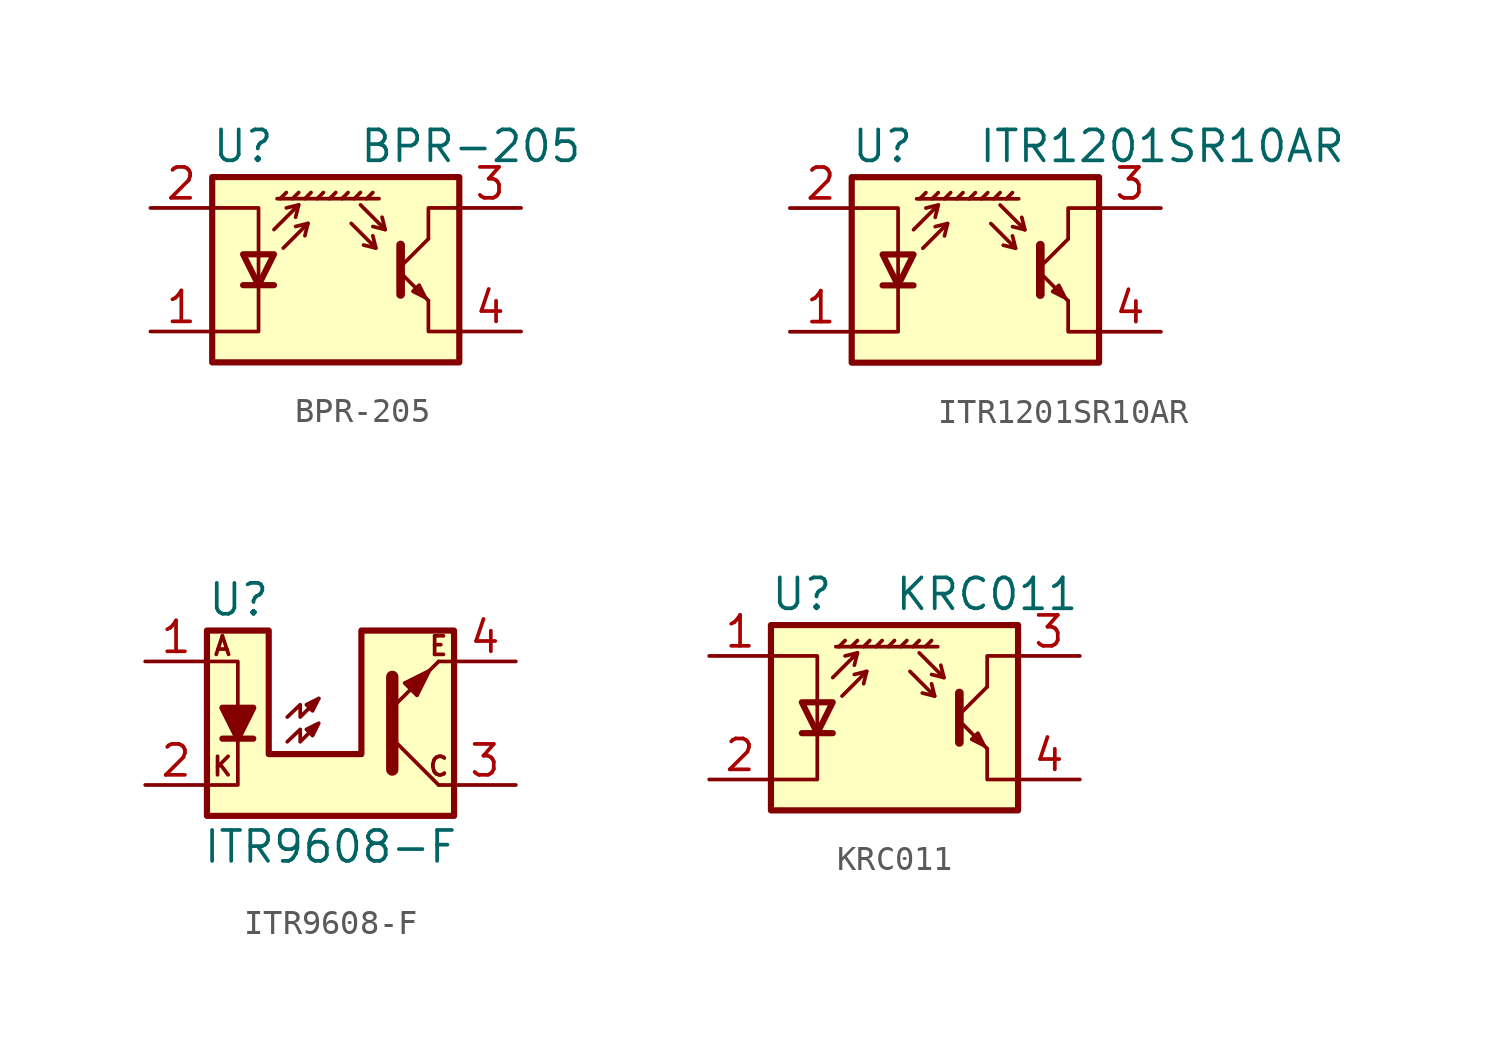
<source format=kicad_sym>
(kicad_symbol_lib
  (version 20211014)
  (generator kicad_symbol_editor)
  (symbol "BPR-205"
    (pin_names
      (offset 1.016) hide)
    (property "Reference" "U"
      (at -3.81 5.08 0)
      (effects (font (size 1.27 1.27))))
    (property "Value" "BPR-205"
      (at 10.16 5.08 0)
      (effects (font (size 1.27 1.27)) (justify right)))
    (symbol "BPR-205_0_1"
      (polyline (pts (xy -3.81 -0.635) (xy -2.54 -0.635)) (stroke (width 0.254) (type default) (color 0 0 0 0)) (fill (type none)))
      (polyline (pts (xy -2.286 2.921) (xy -2.032 3.175)) (stroke (width 0) (type default) (color 0 0 0 0)) (fill (type none)))
      (polyline (pts (xy -1.778 2.921) (xy -1.524 3.175)) (stroke (width 0) (type default) (color 0 0 0 0)) (fill (type none)))
      (polyline (pts (xy -1.524 2.667) (xy -1.651 2.159)) (stroke (width 0) (type default) (color 0 0 0 0)) (fill (type none)))
      (polyline (pts (xy -1.27 2.921) (xy -1.016 3.175)) (stroke (width 0) (type default) (color 0 0 0 0)) (fill (type none)))
      (polyline (pts (xy -1.143 1.905) (xy -1.27 1.397)) (stroke (width 0) (type default) (color 0 0 0 0)) (fill (type none)))
      (polyline (pts (xy -0.762 2.921) (xy -0.508 3.175)) (stroke (width 0) (type default) (color 0 0 0 0)) (fill (type none)))
      (polyline (pts (xy -0.254 2.921) (xy 0 3.175)) (stroke (width 0) (type default) (color 0 0 0 0)) (fill (type none)))
      (polyline (pts (xy 0.254 2.921) (xy 0.508 3.175)) (stroke (width 0) (type default) (color 0 0 0 0)) (fill (type none)))
      (polyline (pts (xy 0.762 2.921) (xy 1.016 3.175)) (stroke (width 0) (type default) (color 0 0 0 0)) (fill (type none)))
      (polyline (pts (xy 1.27 2.921) (xy 1.524 3.175)) (stroke (width 0) (type default) (color 0 0 0 0)) (fill (type none)))
      (polyline (pts (xy 1.651 0.889) (xy 1.143 1.016)) (stroke (width 0) (type default) (color 0 0 0 0)) (fill (type none)))
      (polyline (pts (xy 1.778 2.921) (xy -2.413 2.921)) (stroke (width 0) (type default) (color 0 0 0 0)) (fill (type none)))
      (polyline (pts (xy 2.032 1.651) (xy 1.524 1.778)) (stroke (width 0) (type default) (color 0 0 0 0)) (fill (type none)))
      (polyline (pts (xy 2.667 -0.127) (xy 3.81 -1.27)) (stroke (width 0) (type default) (color 0 0 0 0)) (fill (type none)))
      (polyline (pts (xy 2.667 0.127) (xy 3.81 1.27)) (stroke (width 0) (type default) (color 0 0 0 0)) (fill (type none)))
      (polyline (pts (xy -2.54 1.651) (xy -1.524 2.667) (xy -2.032 2.54)) (stroke (width 0) (type default) (color 0 0 0 0)) (fill (type none)))
      (polyline (pts (xy -2.159 0.889) (xy -1.143 1.905) (xy -1.651 1.778)) (stroke (width 0) (type default) (color 0 0 0 0)) (fill (type none)))
      (polyline (pts (xy 0.635 1.905) (xy 1.651 0.889) (xy 1.524 1.397)) (stroke (width 0) (type default) (color 0 0 0 0)) (fill (type none)))
      (polyline (pts (xy 1.016 2.667) (xy 2.032 1.651) (xy 1.905 2.159)) (stroke (width 0) (type default) (color 0 0 0 0)) (fill (type none)))
      (polyline (pts (xy 2.667 1.016) (xy 2.667 -1.016) (xy 2.667 -1.016)) (stroke (width 0.356) (type default) (color 0 0 0 0)) (fill (type none)))
      (polyline (pts (xy 3.81 -1.27) (xy 3.81 -2.54) (xy 5.08 -2.54)) (stroke (width 0) (type default) (color 0 0 0 0)) (fill (type none)))
      (polyline (pts (xy 3.81 1.27) (xy 3.81 2.54) (xy 5.08 2.54)) (stroke (width 0) (type default) (color 0 0 0 0)) (fill (type none)))
      (polyline (pts (xy -5.08 -2.54) (xy -3.175 -2.54) (xy -3.175 2.54) (xy -5.08 2.54)) (stroke (width 0) (type default) (color 0 0 0 0)) (fill (type none)))
      (polyline (pts (xy -3.175 -0.635) (xy -3.81 0.635) (xy -2.54 0.635) (xy -3.175 -0.635)) (stroke (width 0.254) (type default) (color 0 0 0 0)) (fill (type none)))
      (polyline (pts (xy 3.683 -1.143) (xy 3.429 -0.635) (xy 3.175 -0.889) (xy 3.683 -1.143)) (stroke (width 0) (type default) (color 0 0 0 0)) (fill (type none)))
      (polyline (pts (xy -5.08 -3.81) (xy 5.08 -3.81) (xy 5.08 3.81) (xy -5.08 3.81) (xy -5.08 -3.81)) (stroke (width 0.254) (type default) (color 0 0 0 0)) (fill (type background))))
    (symbol "BPR-205_1_1"
      (pin passive line (at -7.62 -2.54 0) (length 2.54) (name "K" (effects (font (size 1.27 1.27)))) (number "1" (effects (font (size 1.27 1.27)))))
      (pin passive line (at -7.62 2.54 0) (length 2.54) (name "A" (effects (font (size 1.27 1.27)))) (number "2" (effects (font (size 1.27 1.27)))))
      (pin open_collector line (at 7.62 2.54 180) (length 2.54) (name "C" (effects (font (size 1.27 1.27)))) (number "3" (effects (font (size 1.27 1.27)))))
      (pin open_emitter line (at 7.62 -2.54 180) (length 2.54) (name "E" (effects (font (size 1.27 1.27)))) (number "4" (effects (font (size 1.27 1.27)))))))
  (symbol "ITR1201SR10AR"
    (pin_names
      (offset 0.025) hide)
    (property "Reference" "U"
      (at -3.81 5.08 0)
      (effects (font (size 1.27 1.27))))
    (property "Value" "ITR1201SR10AR"
      (at 15.24 5.08 0)
      (effects (font (size 1.27 1.27)) (justify right)))
    (symbol "ITR1201SR10AR_0_1"
      (polyline (pts (xy -3.81 -0.635) (xy -2.54 -0.635)) (stroke (width 0.254) (type default) (color 0 0 0 0)) (fill (type none)))
      (polyline (pts (xy -2.286 2.921) (xy -2.032 3.175)) (stroke (width 0) (type default) (color 0 0 0 0)) (fill (type none)))
      (polyline (pts (xy -1.778 2.921) (xy -1.524 3.175)) (stroke (width 0) (type default) (color 0 0 0 0)) (fill (type none)))
      (polyline (pts (xy -1.524 2.667) (xy -1.651 2.159)) (stroke (width 0) (type default) (color 0 0 0 0)) (fill (type none)))
      (polyline (pts (xy -1.27 2.921) (xy -1.016 3.175)) (stroke (width 0) (type default) (color 0 0 0 0)) (fill (type none)))
      (polyline (pts (xy -1.143 1.905) (xy -1.27 1.397)) (stroke (width 0) (type default) (color 0 0 0 0)) (fill (type none)))
      (polyline (pts (xy -0.762 2.921) (xy -0.508 3.175)) (stroke (width 0) (type default) (color 0 0 0 0)) (fill (type none)))
      (polyline (pts (xy -0.254 2.921) (xy 0 3.175)) (stroke (width 0) (type default) (color 0 0 0 0)) (fill (type none)))
      (polyline (pts (xy 0.254 2.921) (xy 0.508 3.175)) (stroke (width 0) (type default) (color 0 0 0 0)) (fill (type none)))
      (polyline (pts (xy 0.762 2.921) (xy 1.016 3.175)) (stroke (width 0) (type default) (color 0 0 0 0)) (fill (type none)))
      (polyline (pts (xy 1.27 2.921) (xy 1.524 3.175)) (stroke (width 0) (type default) (color 0 0 0 0)) (fill (type none)))
      (polyline (pts (xy 1.651 0.889) (xy 1.143 1.016)) (stroke (width 0) (type default) (color 0 0 0 0)) (fill (type none)))
      (polyline (pts (xy 1.778 2.921) (xy -2.413 2.921)) (stroke (width 0) (type default) (color 0 0 0 0)) (fill (type none)))
      (polyline (pts (xy 2.032 1.651) (xy 1.524 1.778)) (stroke (width 0) (type default) (color 0 0 0 0)) (fill (type none)))
      (polyline (pts (xy 2.667 -0.127) (xy 3.81 -1.27)) (stroke (width 0) (type default) (color 0 0 0 0)) (fill (type none)))
      (polyline (pts (xy 2.667 0.127) (xy 3.81 1.27)) (stroke (width 0) (type default) (color 0 0 0 0)) (fill (type none)))
      (polyline (pts (xy -2.54 1.651) (xy -1.524 2.667) (xy -2.032 2.54)) (stroke (width 0) (type default) (color 0 0 0 0)) (fill (type none)))
      (polyline (pts (xy -2.159 0.889) (xy -1.143 1.905) (xy -1.651 1.778)) (stroke (width 0) (type default) (color 0 0 0 0)) (fill (type none)))
      (polyline (pts (xy 0.635 1.905) (xy 1.651 0.889) (xy 1.524 1.397)) (stroke (width 0) (type default) (color 0 0 0 0)) (fill (type none)))
      (polyline (pts (xy 1.016 2.667) (xy 2.032 1.651) (xy 1.905 2.159)) (stroke (width 0) (type default) (color 0 0 0 0)) (fill (type none)))
      (polyline (pts (xy 2.667 1.016) (xy 2.667 -1.016) (xy 2.667 -1.016)) (stroke (width 0.356) (type default) (color 0 0 0 0)) (fill (type none)))
      (polyline (pts (xy 3.81 -1.27) (xy 3.81 -2.54) (xy 5.08 -2.54)) (stroke (width 0) (type default) (color 0 0 0 0)) (fill (type none)))
      (polyline (pts (xy 3.81 1.27) (xy 3.81 2.54) (xy 5.08 2.54)) (stroke (width 0) (type default) (color 0 0 0 0)) (fill (type none)))
      (polyline (pts (xy -5.08 -2.54) (xy -3.175 -2.54) (xy -3.175 2.54) (xy -5.08 2.54)) (stroke (width 0) (type default) (color 0 0 0 0)) (fill (type none)))
      (polyline (pts (xy -3.175 -0.635) (xy -3.81 0.635) (xy -2.54 0.635) (xy -3.175 -0.635)) (stroke (width 0.254) (type default) (color 0 0 0 0)) (fill (type none)))
      (polyline (pts (xy 3.683 -1.143) (xy 3.429 -0.635) (xy 3.175 -0.889) (xy 3.683 -1.143)) (stroke (width 0) (type default) (color 0 0 0 0)) (fill (type none)))
      (polyline (pts (xy -5.08 -3.81) (xy 5.08 -3.81) (xy 5.08 3.81) (xy -5.08 3.81) (xy -5.08 -3.81)) (stroke (width 0.254) (type default) (color 0 0 0 0)) (fill (type background))))
    (symbol "ITR1201SR10AR_1_1"
      (pin passive line (at -7.62 -2.54 0) (length 2.54) (name "K" (effects (font (size 1.27 1.27)))) (number "1" (effects (font (size 1.27 1.27)))))
      (pin passive line (at -7.62 2.54 0) (length 2.54) (name "A" (effects (font (size 1.27 1.27)))) (number "2" (effects (font (size 1.27 1.27)))))
      (pin open_collector line (at 7.62 2.54 180) (length 2.54) (name "~" (effects (font (size 1.27 1.27)))) (number "3" (effects (font (size 1.27 1.27)))))
      (pin open_emitter line (at 7.62 -2.54 180) (length 2.54) (name "~" (effects (font (size 1.27 1.27)))) (number "4" (effects (font (size 1.27 1.27)))))))
  (symbol "ITR9608-F"
    (property "Reference" "U"
      (at -5.08 5.08 0)
      (effects (font (size 1.27 1.27)) (justify left)))
    (property "Value" "ITR9608-F"
      (at 0 -5.08 0)
      (effects (font (size 1.27 1.27))))
    (symbol "ITR9608-F_0_0"
      (text "A" (at -4.445 3.175 0) (effects (font (size 0.762 0.762))))
      (text "C" (at 4.445 -1.778 0) (effects (font (size 0.762 0.762))))
      (text "E" (at 4.445 3.175 0) (effects (font (size 0.762 0.762))))
      (text "K" (at -4.445 -1.778 0) (effects (font (size 0.762 0.762)))))
    (symbol "ITR9608-F_0_1"
      (polyline (pts (xy -4.445 -0.635) (xy -3.175 -0.635)) (stroke (width 0.254) (type default) (color 0 0 0 0)) (fill (type none)))
      (polyline (pts (xy 2.54 -0.635) (xy 4.445 -2.54)) (stroke (width 0) (type default) (color 0 0 0 0)) (fill (type none)))
      (polyline (pts (xy 4.445 -2.54) (xy 5.08 -2.54)) (stroke (width 0) (type default) (color 0 0 0 0)) (fill (type none)))
      (polyline (pts (xy 4.445 2.54) (xy 2.54 0.635)) (stroke (width 0) (type default) (color 0 0 0 0)) (fill (type outline)))
      (polyline (pts (xy 4.445 2.54) (xy 5.08 2.54)) (stroke (width 0) (type default) (color 0 0 0 0)) (fill (type none)))
      (polyline (pts (xy -5.08 -2.54) (xy -3.81 -2.54) (xy -3.81 -0.635)) (stroke (width 0) (type default) (color 0 0 0 0)) (fill (type none)))
      (polyline (pts (xy -5.08 2.54) (xy -3.81 2.54) (xy -3.81 0.635)) (stroke (width 0) (type default) (color 0 0 0 0)) (fill (type none)))
      (polyline (pts (xy 2.54 -1.905) (xy 2.54 1.905) (xy 2.54 1.905)) (stroke (width 0.508) (type default) (color 0 0 0 0)) (fill (type none)))
      (polyline (pts (xy -3.81 -0.635) (xy -4.445 0.635) (xy -3.175 0.635) (xy -3.81 -0.635)) (stroke (width 0.254) (type default) (color 0 0 0 0)) (fill (type outline)))
      (polyline (pts (xy -1.778 0.254) (xy -1.245 0.762) (xy -1.245 0.254) (xy -0.483 1.016)) (stroke (width 0) (type default) (color 0 0 0 0)) (fill (type none)))
      (polyline (pts (xy -0.483 1.016) (xy -0.991 0.762) (xy -0.737 0.508) (xy -0.483 1.016)) (stroke (width 0) (type default) (color 0 0 0 0)) (fill (type none)))
      (polyline (pts (xy 3.048 1.651) (xy 3.556 1.143) (xy 4.064 2.159) (xy 3.048 1.651) (xy 3.048 1.651)) (stroke (width 0) (type default) (color 0 0 0 0)) (fill (type outline)))
      (polyline (pts (xy -1.778 -0.762) (xy -1.245 -0.254) (xy -1.245 -0.762) (xy -0.483 0) (xy -0.991 -0.254) (xy -0.737 -0.508) (xy -0.483 0)) (stroke (width 0) (type default) (color 0 0 0 0)) (fill (type none)))
      (polyline (pts (xy -5.08 3.81) (xy -5.08 -3.81) (xy 5.08 -3.81) (xy 5.08 3.81) (xy 1.27 3.81) (xy 1.27 -1.27) (xy -2.54 -1.27) (xy -2.54 3.81) (xy -5.08 3.81)) (stroke (width 0.254) (type default) (color 0 0 0 0)) (fill (type background))))
    (symbol "ITR9608-F_1_1"
      (pin passive line (at -7.62 2.54 0) (length 2.54) (name "~" (effects (font (size 1.27 1.27)))) (number "1" (effects (font (size 1.27 1.27)))))
      (pin passive line (at -7.62 -2.54 0) (length 2.54) (name "~" (effects (font (size 1.27 1.27)))) (number "2" (effects (font (size 1.27 1.27)))))
      (pin open_collector line (at 7.62 -2.54 180) (length 2.54) (name "~" (effects (font (size 1.27 1.27)))) (number "3" (effects (font (size 1.27 1.27)))))
      (pin open_emitter line (at 7.62 2.54 180) (length 2.54) (name "~" (effects (font (size 1.27 1.27)))) (number "4" (effects (font (size 1.27 1.27)))))))
  (symbol "KRC011"
    (pin_names
      (offset 1.016) hide)
    (property "Reference" "U"
      (at -3.81 5.08 0)
      (effects (font (size 1.27 1.27))))
    (property "Value" "KRC011"
      (at 7.62 5.08 0)
      (effects (font (size 1.27 1.27)) (justify right)))
    (symbol "KRC011_0_1"
      (polyline (pts (xy -3.81 -0.635) (xy -2.54 -0.635)) (stroke (width 0.254) (type default) (color 0 0 0 0)) (fill (type none)))
      (polyline (pts (xy -2.286 2.921) (xy -2.032 3.175)) (stroke (width 0) (type default) (color 0 0 0 0)) (fill (type none)))
      (polyline (pts (xy -1.778 2.921) (xy -1.524 3.175)) (stroke (width 0) (type default) (color 0 0 0 0)) (fill (type none)))
      (polyline (pts (xy -1.524 2.667) (xy -1.651 2.159)) (stroke (width 0) (type default) (color 0 0 0 0)) (fill (type none)))
      (polyline (pts (xy -1.27 2.921) (xy -1.016 3.175)) (stroke (width 0) (type default) (color 0 0 0 0)) (fill (type none)))
      (polyline (pts (xy -1.143 1.905) (xy -1.27 1.397)) (stroke (width 0) (type default) (color 0 0 0 0)) (fill (type none)))
      (polyline (pts (xy -0.762 2.921) (xy -0.508 3.175)) (stroke (width 0) (type default) (color 0 0 0 0)) (fill (type none)))
      (polyline (pts (xy -0.254 2.921) (xy 0 3.175)) (stroke (width 0) (type default) (color 0 0 0 0)) (fill (type none)))
      (polyline (pts (xy 0.254 2.921) (xy 0.508 3.175)) (stroke (width 0) (type default) (color 0 0 0 0)) (fill (type none)))
      (polyline (pts (xy 0.762 2.921) (xy 1.016 3.175)) (stroke (width 0) (type default) (color 0 0 0 0)) (fill (type none)))
      (polyline (pts (xy 1.27 2.921) (xy 1.524 3.175)) (stroke (width 0) (type default) (color 0 0 0 0)) (fill (type none)))
      (polyline (pts (xy 1.651 0.889) (xy 1.143 1.016)) (stroke (width 0) (type default) (color 0 0 0 0)) (fill (type none)))
      (polyline (pts (xy 1.778 2.921) (xy -2.413 2.921)) (stroke (width 0) (type default) (color 0 0 0 0)) (fill (type none)))
      (polyline (pts (xy 2.032 1.651) (xy 1.524 1.778)) (stroke (width 0) (type default) (color 0 0 0 0)) (fill (type none)))
      (polyline (pts (xy 2.667 -0.127) (xy 3.81 -1.27)) (stroke (width 0) (type default) (color 0 0 0 0)) (fill (type none)))
      (polyline (pts (xy 2.667 0.127) (xy 3.81 1.27)) (stroke (width 0) (type default) (color 0 0 0 0)) (fill (type none)))
      (polyline (pts (xy -2.54 1.651) (xy -1.524 2.667) (xy -2.032 2.54)) (stroke (width 0) (type default) (color 0 0 0 0)) (fill (type none)))
      (polyline (pts (xy -2.159 0.889) (xy -1.143 1.905) (xy -1.651 1.778)) (stroke (width 0) (type default) (color 0 0 0 0)) (fill (type none)))
      (polyline (pts (xy 0.635 1.905) (xy 1.651 0.889) (xy 1.524 1.397)) (stroke (width 0) (type default) (color 0 0 0 0)) (fill (type none)))
      (polyline (pts (xy 1.016 2.667) (xy 2.032 1.651) (xy 1.905 2.159)) (stroke (width 0) (type default) (color 0 0 0 0)) (fill (type none)))
      (polyline (pts (xy 2.667 1.016) (xy 2.667 -1.016) (xy 2.667 -1.016)) (stroke (width 0.356) (type default) (color 0 0 0 0)) (fill (type none)))
      (polyline (pts (xy 3.81 -1.27) (xy 3.81 -2.54) (xy 5.08 -2.54)) (stroke (width 0) (type default) (color 0 0 0 0)) (fill (type none)))
      (polyline (pts (xy 3.81 1.27) (xy 3.81 2.54) (xy 5.08 2.54)) (stroke (width 0) (type default) (color 0 0 0 0)) (fill (type none)))
      (polyline (pts (xy -5.08 -2.54) (xy -3.175 -2.54) (xy -3.175 2.54) (xy -5.08 2.54)) (stroke (width 0) (type default) (color 0 0 0 0)) (fill (type none)))
      (polyline (pts (xy -3.175 -0.635) (xy -3.81 0.635) (xy -2.54 0.635) (xy -3.175 -0.635)) (stroke (width 0.254) (type default) (color 0 0 0 0)) (fill (type none)))
      (polyline (pts (xy 3.683 -1.143) (xy 3.429 -0.635) (xy 3.175 -0.889) (xy 3.683 -1.143)) (stroke (width 0) (type default) (color 0 0 0 0)) (fill (type none)))
      (polyline (pts (xy -5.08 -3.81) (xy 5.08 -3.81) (xy 5.08 3.81) (xy -5.08 3.81) (xy -5.08 -3.81)) (stroke (width 0.254) (type default) (color 0 0 0 0)) (fill (type background))))
    (symbol "KRC011_1_1"
      (pin passive line (at -7.62 2.54 0) (length 2.54) (name "A" (effects (font (size 1.27 1.27)))) (number "1" (effects (font (size 1.27 1.27)))))
      (pin passive line (at -7.62 -2.54 0) (length 2.54) (name "K" (effects (font (size 1.27 1.27)))) (number "2" (effects (font (size 1.27 1.27)))))
      (pin open_collector line (at 7.62 2.54 180) (length 2.54) (name "C" (effects (font (size 1.27 1.27)))) (number "3" (effects (font (size 1.27 1.27)))))
      (pin open_emitter line (at 7.62 -2.54 180) (length 2.54) (name "E" (effects (font (size 1.27 1.27)))) (number "4" (effects (font (size 1.27 1.27))))))))
</source>
